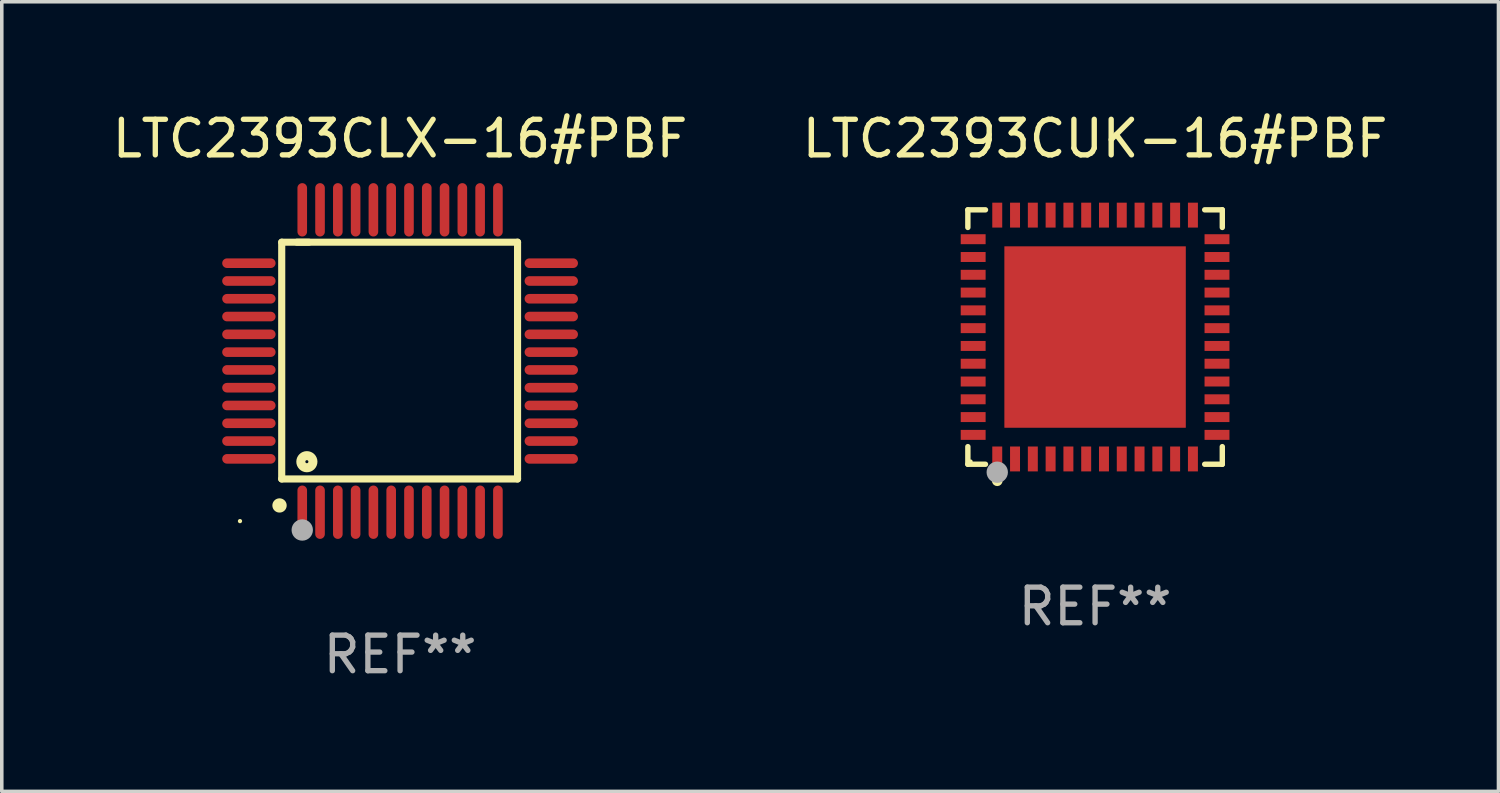
<source format=kicad_pcb>
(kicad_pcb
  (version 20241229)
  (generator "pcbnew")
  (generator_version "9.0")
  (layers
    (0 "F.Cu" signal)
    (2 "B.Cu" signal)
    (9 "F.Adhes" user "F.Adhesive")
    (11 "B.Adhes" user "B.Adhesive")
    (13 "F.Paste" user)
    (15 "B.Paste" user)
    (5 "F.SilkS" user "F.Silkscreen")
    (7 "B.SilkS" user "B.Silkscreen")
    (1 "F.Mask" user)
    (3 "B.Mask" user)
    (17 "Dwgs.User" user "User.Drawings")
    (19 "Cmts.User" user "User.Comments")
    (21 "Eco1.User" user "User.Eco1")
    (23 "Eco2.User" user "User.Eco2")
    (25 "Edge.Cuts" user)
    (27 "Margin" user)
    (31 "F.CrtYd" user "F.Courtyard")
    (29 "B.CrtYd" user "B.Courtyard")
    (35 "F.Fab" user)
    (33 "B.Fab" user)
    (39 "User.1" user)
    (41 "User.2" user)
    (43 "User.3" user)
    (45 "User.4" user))
  (footprint "LTC2393CLX-16#PBF"
    (layer "F.Cu")
    (at 8.196 7.098)
    (property "Reference" "LTC2393CLX-16#PBF" (at 0 -6.25 0) (layer "F.SilkS") (effects (font (size 1 1) (thickness 0.15))))
    (attr through_hole)
    (fp_line (start -3.327 -3.34) (end -2.565 -3.34) (stroke (width 0.2) (type solid)) (layer "F.SilkS"))
    (fp_line (start -3.327 3.315) (end -3.327 -3.34) (stroke (width 0.2) (type solid)) (layer "F.SilkS"))
    (fp_line (start -2.896 -3.34) (end 3.302 -3.34) (stroke (width 0.2) (type solid)) (layer "F.SilkS"))
    (fp_line (start 3.302 -3.34) (end 3.302 3.315) (stroke (width 0.2) (type solid)) (layer "F.SilkS"))
    (fp_line (start 3.302 3.315) (end -3.327 3.315) (stroke (width 0.2) (type solid)) (layer "F.SilkS"))
    (fp_arc (start -3.389992 4.059995) (mid -3.388722 4.059991) (end -3.387452 4.059995) (stroke (width 0.4) (type solid)) (layer "F.SilkS"))
    (fp_circle (center -4.5 4.5) (end -4.47 4.5) (stroke (width 0.06) (type solid)) (fill no) (layer "F.SilkS"))
    (fp_circle (center -2.62 2.83) (end -2.45 2.83) (stroke (width 0.254) (type solid)) (fill no) (layer "F.SilkS"))
    (fp_circle (center -2.75 4.75) (end -2.6 4.75) (stroke (width 0.3) (type solid)) (fill no) (layer "F.Fab"))
    (fp_text user "REF**" (at 0 8.25 0) (layer "F.Fab") (effects (font (size 1 1) (thickness 0.15))))
    (pad "1" smd oval (at -2.75 4.25) (size 0.27 1.5) (layers "F.Cu" "F.Mask" "F.Paste"))
    (pad "2" smd oval (at -2.25 4.25) (size 0.27 1.5) (layers "F.Cu" "F.Mask" "F.Paste"))
    (pad "3" smd oval (at -1.75 4.25) (size 0.27 1.5) (layers "F.Cu" "F.Mask" "F.Paste"))
    (pad "4" smd oval (at -1.25 4.25) (size 0.27 1.5) (layers "F.Cu" "F.Mask" "F.Paste"))
    (pad "5" smd oval (at -0.75 4.25) (size 0.27 1.5) (layers "F.Cu" "F.Mask" "F.Paste"))
    (pad "6" smd oval (at -0.25 4.25) (size 0.27 1.5) (layers "F.Cu" "F.Mask" "F.Paste"))
    (pad "7" smd oval (at 0.25 4.25) (size 0.27 1.5) (layers "F.Cu" "F.Mask" "F.Paste"))
    (pad "8" smd oval (at 0.75 4.25) (size 0.27 1.5) (layers "F.Cu" "F.Mask" "F.Paste"))
    (pad "9" smd oval (at 1.25 4.25) (size 0.27 1.5) (layers "F.Cu" "F.Mask" "F.Paste"))
    (pad "10" smd oval (at 1.75 4.25) (size 0.27 1.5) (layers "F.Cu" "F.Mask" "F.Paste"))
    (pad "11" smd oval (at 2.25 4.25) (size 0.27 1.5) (layers "F.Cu" "F.Mask" "F.Paste"))
    (pad "12" smd oval (at 2.75 4.25) (size 0.27 1.5) (layers "F.Cu" "F.Mask" "F.Paste"))
    (pad "13" smd oval (at 4.25 2.75) (size 1.5 0.27) (layers "F.Cu" "F.Mask" "F.Paste"))
    (pad "14" smd oval (at 4.25 2.25) (size 1.5 0.27) (layers "F.Cu" "F.Mask" "F.Paste"))
    (pad "15" smd oval (at 4.25 1.75) (size 1.5 0.27) (layers "F.Cu" "F.Mask" "F.Paste"))
    (pad "16" smd oval (at 4.25 1.25) (size 1.5 0.27) (layers "F.Cu" "F.Mask" "F.Paste"))
    (pad "17" smd oval (at 4.25 0.75) (size 1.5 0.27) (layers "F.Cu" "F.Mask" "F.Paste"))
    (pad "18" smd oval (at 4.25 0.25) (size 1.5 0.27) (layers "F.Cu" "F.Mask" "F.Paste"))
    (pad "19" smd oval (at 4.25 -0.25) (size 1.5 0.27) (layers "F.Cu" "F.Mask" "F.Paste"))
    (pad "20" smd oval (at 4.25 -0.75) (size 1.5 0.27) (layers "F.Cu" "F.Mask" "F.Paste"))
    (pad "21" smd oval (at 4.25 -1.25) (size 1.5 0.27) (layers "F.Cu" "F.Mask" "F.Paste"))
    (pad "22" smd oval (at 4.25 -1.75) (size 1.5 0.27) (layers "F.Cu" "F.Mask" "F.Paste"))
    (pad "23" smd oval (at 4.25 -2.25) (size 1.5 0.27) (layers "F.Cu" "F.Mask" "F.Paste"))
    (pad "24" smd oval (at 4.25 -2.75) (size 1.5 0.27) (layers "F.Cu" "F.Mask" "F.Paste"))
    (pad "25" smd oval (at 2.75 -4.25) (size 0.27 1.5) (layers "F.Cu" "F.Mask" "F.Paste"))
    (pad "26" smd oval (at 2.25 -4.25) (size 0.27 1.5) (layers "F.Cu" "F.Mask" "F.Paste"))
    (pad "27" smd oval (at 1.75 -4.25) (size 0.27 1.5) (layers "F.Cu" "F.Mask" "F.Paste"))
    (pad "28" smd oval (at 1.25 -4.25) (size 0.27 1.5) (layers "F.Cu" "F.Mask" "F.Paste"))
    (pad "29" smd oval (at 0.75 -4.25) (size 0.27 1.5) (layers "F.Cu" "F.Mask" "F.Paste"))
    (pad "30" smd oval (at 0.25 -4.25) (size 0.27 1.5) (layers "F.Cu" "F.Mask" "F.Paste"))
    (pad "31" smd oval (at -0.25 -4.25) (size 0.27 1.5) (layers "F.Cu" "F.Mask" "F.Paste"))
    (pad "32" smd oval (at -0.75 -4.25) (size 0.27 1.5) (layers "F.Cu" "F.Mask" "F.Paste"))
    (pad "33" smd oval (at -1.25 -4.25) (size 0.27 1.5) (layers "F.Cu" "F.Mask" "F.Paste"))
    (pad "34" smd oval (at -1.75 -4.25) (size 0.27 1.5) (layers "F.Cu" "F.Mask" "F.Paste"))
    (pad "35" smd oval (at -2.25 -4.25) (size 0.27 1.5) (layers "F.Cu" "F.Mask" "F.Paste"))
    (pad "36" smd oval (at -2.75 -4.25) (size 0.27 1.5) (layers "F.Cu" "F.Mask" "F.Paste"))
    (pad "37" smd oval (at -4.25 -2.75) (size 1.5 0.27) (layers "F.Cu" "F.Mask" "F.Paste"))
    (pad "38" smd oval (at -4.25 -2.25) (size 1.5 0.27) (layers "F.Cu" "F.Mask" "F.Paste"))
    (pad "39" smd oval (at -4.25 -1.75) (size 1.5 0.27) (layers "F.Cu" "F.Mask" "F.Paste"))
    (pad "40" smd oval (at -4.25 -1.25) (size 1.5 0.27) (layers "F.Cu" "F.Mask" "F.Paste"))
    (pad "41" smd oval (at -4.25 -0.75) (size 1.5 0.27) (layers "F.Cu" "F.Mask" "F.Paste"))
    (pad "42" smd oval (at -4.25 -0.25) (size 1.5 0.27) (layers "F.Cu" "F.Mask" "F.Paste"))
    (pad "43" smd oval (at -4.25 0.25) (size 1.5 0.27) (layers "F.Cu" "F.Mask" "F.Paste"))
    (pad "44" smd oval (at -4.25 0.75) (size 1.5 0.27) (layers "F.Cu" "F.Mask" "F.Paste"))
    (pad "45" smd oval (at -4.25 1.25) (size 1.5 0.27) (layers "F.Cu" "F.Mask" "F.Paste"))
    (pad "46" smd oval (at -4.25 1.75) (size 1.5 0.27) (layers "F.Cu" "F.Mask" "F.Paste"))
    (pad "47" smd oval (at -4.25 2.25) (size 1.5 0.27) (layers "F.Cu" "F.Mask" "F.Paste"))
    (pad "48" smd oval (at -4.25 2.75) (size 1.5 0.27) (layers "F.Cu" "F.Mask" "F.Paste")))
  (footprint "LTC2393CUK-16#PBF"
    (layer "F.Cu")
    (at 27.732 6.424)
    (property "Reference" "LTC2393CUK-16#PBF" (at 0 -5.576 0) (layer "F.SilkS") (effects (font (size 1 1) (thickness 0.15))))
    (attr through_hole)
    (fp_line (start -3.576 -3.576) (end -3.081 -3.576) (stroke (width 0.152) (type solid)) (layer "F.SilkS"))
    (fp_line (start -3.576 -3.081) (end -3.576 -3.576) (stroke (width 0.152) (type solid)) (layer "F.SilkS"))
    (fp_line (start -3.576 3.081) (end -3.576 3.576) (stroke (width 0.152) (type solid)) (layer "F.SilkS"))
    (fp_line (start -3.576 3.576) (end -3.081 3.576) (stroke (width 0.152) (type solid)) (layer "F.SilkS"))
    (fp_line (start 3.576 -3.576) (end 3.081 -3.576) (stroke (width 0.152) (type solid)) (layer "F.SilkS"))
    (fp_line (start 3.576 -3.081) (end 3.576 -3.576) (stroke (width 0.152) (type solid)) (layer "F.SilkS"))
    (fp_line (start 3.576 3.081) (end 3.576 3.576) (stroke (width 0.152) (type solid)) (layer "F.SilkS"))
    (fp_line (start 3.576 3.576) (end 3.081 3.576) (stroke (width 0.152) (type solid)) (layer "F.SilkS"))
    (fp_circle (center -3.5 3.5) (end -3.47 3.5) (stroke (width 0.06) (type solid)) (fill no) (layer "F.SilkS"))
    (fp_circle (center -2.75 4.04) (end -2.675 4.04) (stroke (width 0.15) (type solid)) (fill no) (layer "F.SilkS"))
    (fp_circle (center -2.75 3.8) (end -2.6 3.8) (stroke (width 0.3) (type solid)) (fill no) (layer "F.Fab"))
    (fp_text user "REF**" (at 0 7.576 0) (layer "F.Fab") (effects (font (size 1 1) (thickness 0.15))))
    (pad "1" smd rect (at -2.75 3.427) (size 0.28 0.7) (layers "F.Cu" "F.Mask" "F.Paste"))
    (pad "2" smd rect (at -2.25 3.427) (size 0.28 0.7) (layers "F.Cu" "F.Mask" "F.Paste"))
    (pad "3" smd rect (at -1.75 3.427) (size 0.28 0.7) (layers "F.Cu" "F.Mask" "F.Paste"))
    (pad "4" smd rect (at -1.25 3.427) (size 0.28 0.7) (layers "F.Cu" "F.Mask" "F.Paste"))
    (pad "5" smd rect (at -0.75 3.427) (size 0.28 0.7) (layers "F.Cu" "F.Mask" "F.Paste"))
    (pad "6" smd rect (at -0.25 3.427) (size 0.28 0.7) (layers "F.Cu" "F.Mask" "F.Paste"))
    (pad "7" smd rect (at 0.25 3.427) (size 0.28 0.7) (layers "F.Cu" "F.Mask" "F.Paste"))
    (pad "8" smd rect (at 0.75 3.427) (size 0.28 0.7) (layers "F.Cu" "F.Mask" "F.Paste"))
    (pad "9" smd rect (at 1.25 3.427) (size 0.28 0.7) (layers "F.Cu" "F.Mask" "F.Paste"))
    (pad "10" smd rect (at 1.75 3.427) (size 0.28 0.7) (layers "F.Cu" "F.Mask" "F.Paste"))
    (pad "11" smd rect (at 2.25 3.427) (size 0.28 0.7) (layers "F.Cu" "F.Mask" "F.Paste"))
    (pad "12" smd rect (at 2.75 3.427) (size 0.28 0.7) (layers "F.Cu" "F.Mask" "F.Paste"))
    (pad "13" smd rect (at 3.427 2.75) (size 0.7 0.28) (layers "F.Cu" "F.Mask" "F.Paste"))
    (pad "14" smd rect (at 3.427 2.25) (size 0.7 0.28) (layers "F.Cu" "F.Mask" "F.Paste"))
    (pad "15" smd rect (at 3.427 1.75) (size 0.7 0.28) (layers "F.Cu" "F.Mask" "F.Paste"))
    (pad "16" smd rect (at 3.427 1.25) (size 0.7 0.28) (layers "F.Cu" "F.Mask" "F.Paste"))
    (pad "17" smd rect (at 3.427 0.75) (size 0.7 0.28) (layers "F.Cu" "F.Mask" "F.Paste"))
    (pad "18" smd rect (at 3.427 0.25) (size 0.7 0.28) (layers "F.Cu" "F.Mask" "F.Paste"))
    (pad "19" smd rect (at 3.427 -0.25) (size 0.7 0.28) (layers "F.Cu" "F.Mask" "F.Paste"))
    (pad "20" smd rect (at 3.427 -0.75) (size 0.7 0.28) (layers "F.Cu" "F.Mask" "F.Paste"))
    (pad "21" smd rect (at 3.427 -1.25) (size 0.7 0.28) (layers "F.Cu" "F.Mask" "F.Paste"))
    (pad "22" smd rect (at 3.427 -1.75) (size 0.7 0.28) (layers "F.Cu" "F.Mask" "F.Paste"))
    (pad "23" smd rect (at 3.427 -2.25) (size 0.7 0.28) (layers "F.Cu" "F.Mask" "F.Paste"))
    (pad "24" smd rect (at 3.427 -2.75) (size 0.7 0.28) (layers "F.Cu" "F.Mask" "F.Paste"))
    (pad "25" smd rect (at 2.75 -3.427) (size 0.28 0.7) (layers "F.Cu" "F.Mask" "F.Paste"))
    (pad "26" smd rect (at 2.25 -3.427) (size 0.28 0.7) (layers "F.Cu" "F.Mask" "F.Paste"))
    (pad "27" smd rect (at 1.75 -3.427) (size 0.28 0.7) (layers "F.Cu" "F.Mask" "F.Paste"))
    (pad "28" smd rect (at 1.25 -3.427) (size 0.28 0.7) (layers "F.Cu" "F.Mask" "F.Paste"))
    (pad "29" smd rect (at 0.75 -3.427) (size 0.28 0.7) (layers "F.Cu" "F.Mask" "F.Paste"))
    (pad "30" smd rect (at 0.25 -3.427) (size 0.28 0.7) (layers "F.Cu" "F.Mask" "F.Paste"))
    (pad "31" smd rect (at -0.25 -3.427) (size 0.28 0.7) (layers "F.Cu" "F.Mask" "F.Paste"))
    (pad "32" smd rect (at -0.75 -3.427) (size 0.28 0.7) (layers "F.Cu" "F.Mask" "F.Paste"))
    (pad "33" smd rect (at -1.25 -3.427) (size 0.28 0.7) (layers "F.Cu" "F.Mask" "F.Paste"))
    (pad "34" smd rect (at -1.75 -3.427) (size 0.28 0.7) (layers "F.Cu" "F.Mask" "F.Paste"))
    (pad "35" smd rect (at -2.25 -3.427) (size 0.28 0.7) (layers "F.Cu" "F.Mask" "F.Paste"))
    (pad "36" smd rect (at -2.75 -3.427) (size 0.28 0.7) (layers "F.Cu" "F.Mask" "F.Paste"))
    (pad "37" smd rect (at -3.427 -2.75) (size 0.7 0.28) (layers "F.Cu" "F.Mask" "F.Paste"))
    (pad "38" smd rect (at -3.427 -2.25) (size 0.7 0.28) (layers "F.Cu" "F.Mask" "F.Paste"))
    (pad "39" smd rect (at -3.427 -1.75) (size 0.7 0.28) (layers "F.Cu" "F.Mask" "F.Paste"))
    (pad "40" smd rect (at -3.427 -1.25) (size 0.7 0.28) (layers "F.Cu" "F.Mask" "F.Paste"))
    (pad "41" smd rect (at -3.427 -0.75) (size 0.7 0.28) (layers "F.Cu" "F.Mask" "F.Paste"))
    (pad "42" smd rect (at -3.427 -0.25) (size 0.7 0.28) (layers "F.Cu" "F.Mask" "F.Paste"))
    (pad "43" smd rect (at -3.427 0.25) (size 0.7 0.28) (layers "F.Cu" "F.Mask" "F.Paste"))
    (pad "44" smd rect (at -3.427 0.75) (size 0.7 0.28) (layers "F.Cu" "F.Mask" "F.Paste"))
    (pad "45" smd rect (at -3.427 1.25) (size 0.7 0.28) (layers "F.Cu" "F.Mask" "F.Paste"))
    (pad "46" smd rect (at -3.427 1.75) (size 0.7 0.28) (layers "F.Cu" "F.Mask" "F.Paste"))
    (pad "47" smd rect (at -3.427 2.25) (size 0.7 0.28) (layers "F.Cu" "F.Mask" "F.Paste"))
    (pad "48" smd rect (at -3.427 2.75) (size 0.7 0.28) (layers "F.Cu" "F.Mask" "F.Paste"))
    (pad "49" smd rect (at 0 0) (size 5.1 5.1) (layers "F.Cu" "F.Mask" "F.Paste")))
  (gr_rect
    (start -3 -3)
    (end 39.071 19.196)
    (stroke (width 0.1) (type default))
    (fill no)
    (layer "Edge.Cuts")))
</source>
